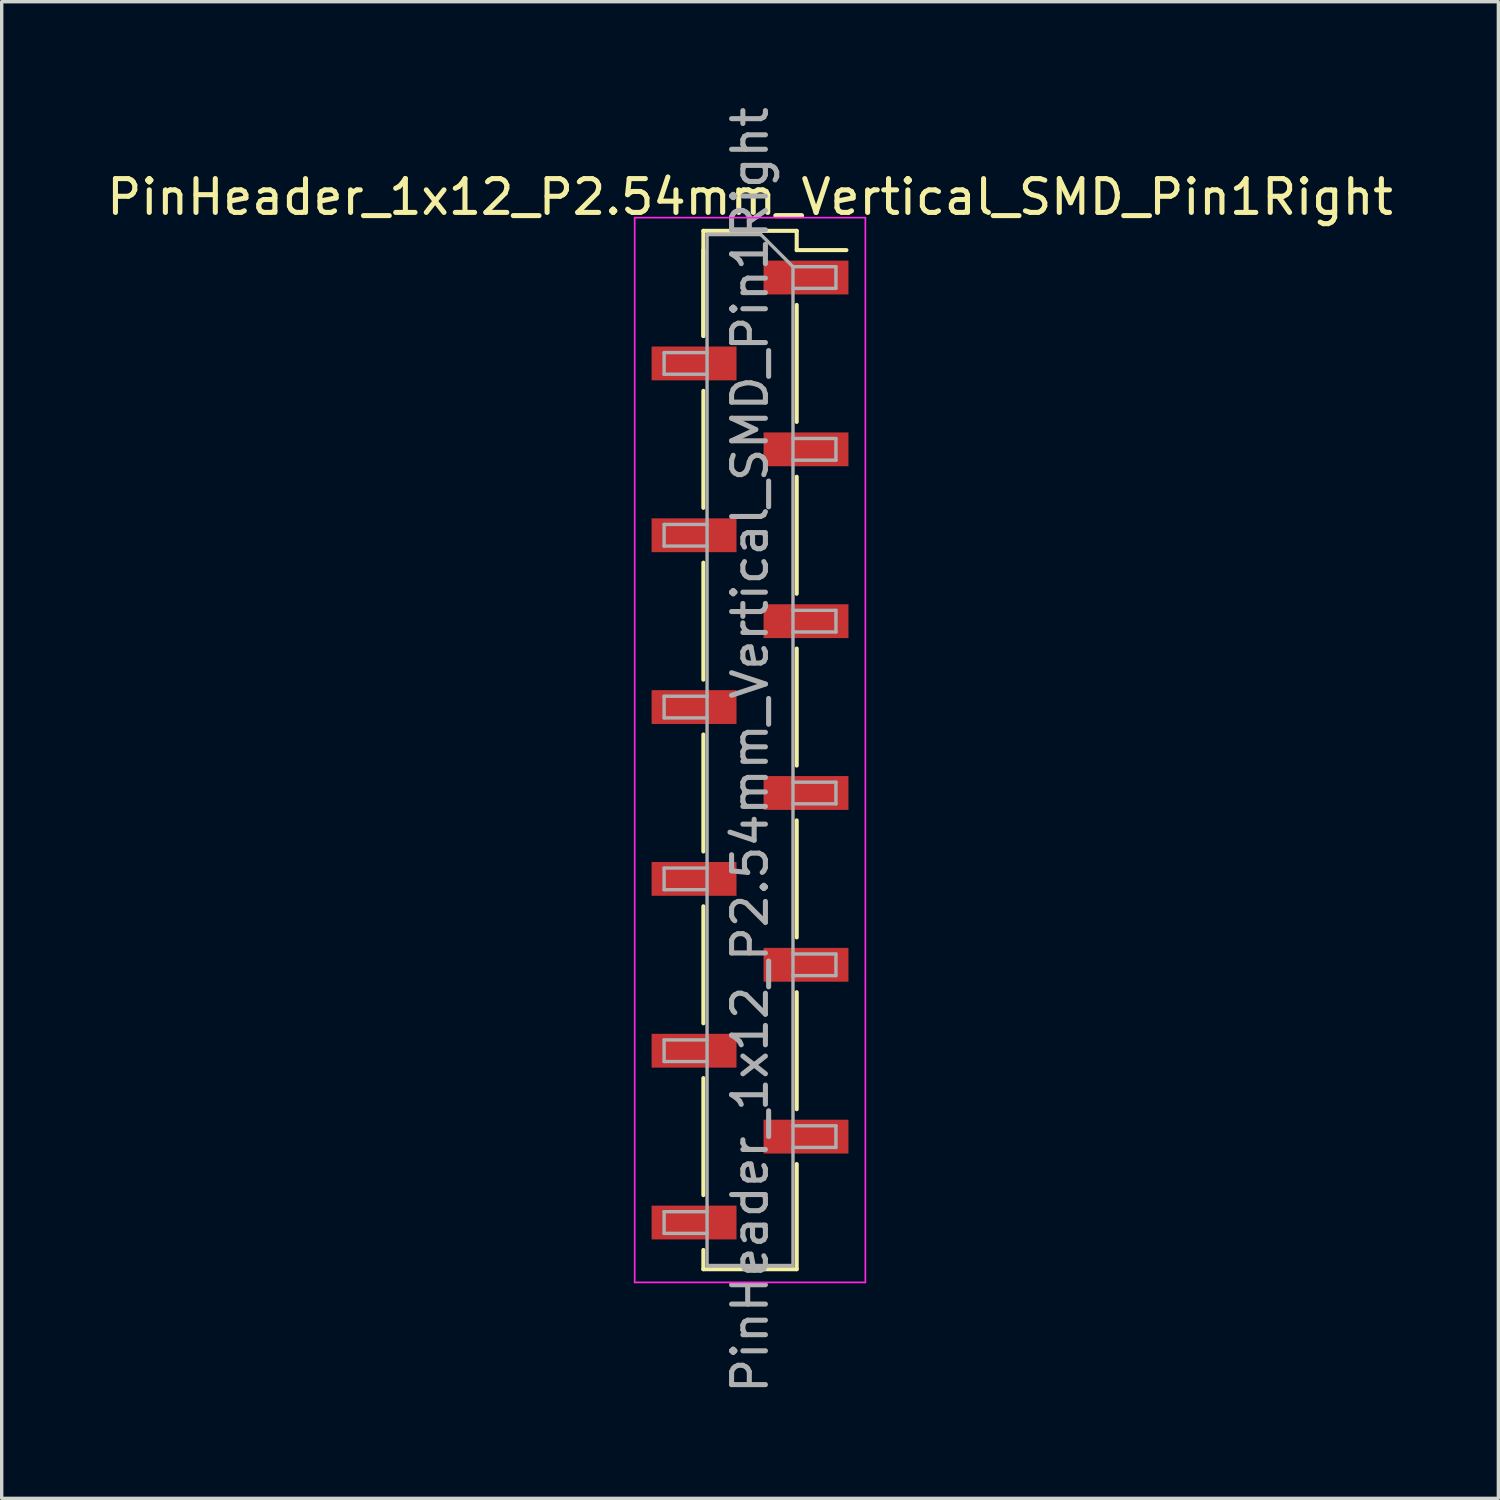
<source format=kicad_pcb>
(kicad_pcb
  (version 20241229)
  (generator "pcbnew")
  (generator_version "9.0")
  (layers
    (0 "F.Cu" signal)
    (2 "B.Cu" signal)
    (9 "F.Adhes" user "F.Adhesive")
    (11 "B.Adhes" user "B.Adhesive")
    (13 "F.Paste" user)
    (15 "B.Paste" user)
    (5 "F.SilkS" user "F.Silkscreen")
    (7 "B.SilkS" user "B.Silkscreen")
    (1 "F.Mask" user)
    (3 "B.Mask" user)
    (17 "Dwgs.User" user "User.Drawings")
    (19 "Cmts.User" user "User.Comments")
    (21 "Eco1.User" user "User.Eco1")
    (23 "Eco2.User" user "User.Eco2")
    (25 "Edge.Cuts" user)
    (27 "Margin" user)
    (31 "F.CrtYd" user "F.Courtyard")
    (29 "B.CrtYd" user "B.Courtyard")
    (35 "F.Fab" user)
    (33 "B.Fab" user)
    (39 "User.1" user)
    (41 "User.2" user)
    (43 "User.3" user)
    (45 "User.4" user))
  (footprint "PinHeader_1x12_P2.54mm_Vertical_SMD_Pin1Right"
    (layer "F.Cu")
    (at 19.125 19.125)
    (property "Reference" "PinHeader_1x12_P2.54mm_Vertical_SMD_Pin1Right" (at 0 -16.35 0) (layer "F.SilkS") (effects (font (size 1 1) (thickness 0.15))))
    (attr smd)
    (fp_line (start -1.38 -15.35) (end -1.38 -12.24) (stroke (width 0.12) (type solid)) (layer "F.SilkS"))
    (fp_line (start -1.38 -15.35) (end 1.38 -15.35) (stroke (width 0.12) (type solid)) (layer "F.SilkS"))
    (fp_line (start -1.38 -14.78) (end -1.38 -12.24) (stroke (width 0.12) (type solid)) (layer "F.SilkS"))
    (fp_line (start -1.38 -10.62) (end -1.38 -7.16) (stroke (width 0.12) (type solid)) (layer "F.SilkS"))
    (fp_line (start -1.38 -5.54) (end -1.38 -2.08) (stroke (width 0.12) (type solid)) (layer "F.SilkS"))
    (fp_line (start -1.38 -0.46) (end -1.38 3) (stroke (width 0.12) (type solid)) (layer "F.SilkS"))
    (fp_line (start -1.38 4.62) (end -1.38 8.08) (stroke (width 0.12) (type solid)) (layer "F.SilkS"))
    (fp_line (start -1.38 9.7) (end -1.38 13.16) (stroke (width 0.12) (type solid)) (layer "F.SilkS"))
    (fp_line (start -1.38 14.78) (end -1.38 15.35) (stroke (width 0.12) (type solid)) (layer "F.SilkS"))
    (fp_line (start -1.38 15.35) (end 1.38 15.35) (stroke (width 0.12) (type solid)) (layer "F.SilkS"))
    (fp_line (start 1.38 -15.35) (end 1.38 -14.78) (stroke (width 0.12) (type solid)) (layer "F.SilkS"))
    (fp_line (start 1.38 -14.78) (end 2.85 -14.78) (stroke (width 0.12) (type solid)) (layer "F.SilkS"))
    (fp_line (start 1.38 -13.16) (end 1.38 -9.7) (stroke (width 0.12) (type solid)) (layer "F.SilkS"))
    (fp_line (start 1.38 -8.08) (end 1.38 -4.62) (stroke (width 0.12) (type solid)) (layer "F.SilkS"))
    (fp_line (start 1.38 -3) (end 1.38 0.46) (stroke (width 0.12) (type solid)) (layer "F.SilkS"))
    (fp_line (start 1.38 2.08) (end 1.38 5.54) (stroke (width 0.12) (type solid)) (layer "F.SilkS"))
    (fp_line (start 1.38 7.16) (end 1.38 10.62) (stroke (width 0.12) (type solid)) (layer "F.SilkS"))
    (fp_line (start 1.38 12.24) (end 1.38 15.35) (stroke (width 0.12) (type solid)) (layer "F.SilkS"))
    (fp_line (start -3.41 -15.74) (end -3.41 15.74) (stroke (width 0.05) (type solid)) (layer "F.CrtYd"))
    (fp_line (start -3.41 15.74) (end 3.41 15.74) (stroke (width 0.05) (type solid)) (layer "F.CrtYd"))
    (fp_line (start 3.41 -15.74) (end -3.41 -15.74) (stroke (width 0.05) (type solid)) (layer "F.CrtYd"))
    (fp_line (start 3.41 15.74) (end 3.41 -15.74) (stroke (width 0.05) (type solid)) (layer "F.CrtYd"))
    (fp_line (start -2.54 -11.75) (end -2.54 -11.11) (stroke (width 0.1) (type solid)) (layer "F.Fab"))
    (fp_line (start -2.54 -11.11) (end -1.27 -11.11) (stroke (width 0.1) (type solid)) (layer "F.Fab"))
    (fp_line (start -2.54 -6.67) (end -2.54 -6.03) (stroke (width 0.1) (type solid)) (layer "F.Fab"))
    (fp_line (start -2.54 -6.03) (end -1.27 -6.03) (stroke (width 0.1) (type solid)) (layer "F.Fab"))
    (fp_line (start -2.54 -1.59) (end -2.54 -0.95) (stroke (width 0.1) (type solid)) (layer "F.Fab"))
    (fp_line (start -2.54 -0.95) (end -1.27 -0.95) (stroke (width 0.1) (type solid)) (layer "F.Fab"))
    (fp_line (start -2.54 3.49) (end -2.54 4.13) (stroke (width 0.1) (type solid)) (layer "F.Fab"))
    (fp_line (start -2.54 4.13) (end -1.27 4.13) (stroke (width 0.1) (type solid)) (layer "F.Fab"))
    (fp_line (start -2.54 8.57) (end -2.54 9.21) (stroke (width 0.1) (type solid)) (layer "F.Fab"))
    (fp_line (start -2.54 9.21) (end -1.27 9.21) (stroke (width 0.1) (type solid)) (layer "F.Fab"))
    (fp_line (start -2.54 13.65) (end -2.54 14.29) (stroke (width 0.1) (type solid)) (layer "F.Fab"))
    (fp_line (start -2.54 14.29) (end -1.27 14.29) (stroke (width 0.1) (type solid)) (layer "F.Fab"))
    (fp_line (start -1.27 -15.24) (end -1.27 15.24) (stroke (width 0.1) (type solid)) (layer "F.Fab"))
    (fp_line (start -1.27 -15.24) (end 0.32 -15.24) (stroke (width 0.1) (type solid)) (layer "F.Fab"))
    (fp_line (start -1.27 -11.75) (end -2.54 -11.75) (stroke (width 0.1) (type solid)) (layer "F.Fab"))
    (fp_line (start -1.27 -6.67) (end -2.54 -6.67) (stroke (width 0.1) (type solid)) (layer "F.Fab"))
    (fp_line (start -1.27 -1.59) (end -2.54 -1.59) (stroke (width 0.1) (type solid)) (layer "F.Fab"))
    (fp_line (start -1.27 3.49) (end -2.54 3.49) (stroke (width 0.1) (type solid)) (layer "F.Fab"))
    (fp_line (start -1.27 8.57) (end -2.54 8.57) (stroke (width 0.1) (type solid)) (layer "F.Fab"))
    (fp_line (start -1.27 13.65) (end -2.54 13.65) (stroke (width 0.1) (type solid)) (layer "F.Fab"))
    (fp_line (start 1.27 -14.29) (end 0.32 -15.24) (stroke (width 0.1) (type solid)) (layer "F.Fab"))
    (fp_line (start 1.27 -14.29) (end 2.54 -14.29) (stroke (width 0.1) (type solid)) (layer "F.Fab"))
    (fp_line (start 1.27 -9.21) (end 2.54 -9.21) (stroke (width 0.1) (type solid)) (layer "F.Fab"))
    (fp_line (start 1.27 -4.13) (end 2.54 -4.13) (stroke (width 0.1) (type solid)) (layer "F.Fab"))
    (fp_line (start 1.27 0.95) (end 2.54 0.95) (stroke (width 0.1) (type solid)) (layer "F.Fab"))
    (fp_line (start 1.27 6.03) (end 2.54 6.03) (stroke (width 0.1) (type solid)) (layer "F.Fab"))
    (fp_line (start 1.27 11.11) (end 2.54 11.11) (stroke (width 0.1) (type solid)) (layer "F.Fab"))
    (fp_line (start 1.27 15.24) (end -1.27 15.24) (stroke (width 0.1) (type solid)) (layer "F.Fab"))
    (fp_line (start 1.27 15.24) (end 1.27 -14.29) (stroke (width 0.1) (type solid)) (layer "F.Fab"))
    (fp_line (start 2.54 -14.29) (end 2.54 -13.65) (stroke (width 0.1) (type solid)) (layer "F.Fab"))
    (fp_line (start 2.54 -13.65) (end 1.27 -13.65) (stroke (width 0.1) (type solid)) (layer "F.Fab"))
    (fp_line (start 2.54 -9.21) (end 2.54 -8.57) (stroke (width 0.1) (type solid)) (layer "F.Fab"))
    (fp_line (start 2.54 -8.57) (end 1.27 -8.57) (stroke (width 0.1) (type solid)) (layer "F.Fab"))
    (fp_line (start 2.54 -4.13) (end 2.54 -3.49) (stroke (width 0.1) (type solid)) (layer "F.Fab"))
    (fp_line (start 2.54 -3.49) (end 1.27 -3.49) (stroke (width 0.1) (type solid)) (layer "F.Fab"))
    (fp_line (start 2.54 0.95) (end 2.54 1.59) (stroke (width 0.1) (type solid)) (layer "F.Fab"))
    (fp_line (start 2.54 1.59) (end 1.27 1.59) (stroke (width 0.1) (type solid)) (layer "F.Fab"))
    (fp_line (start 2.54 6.03) (end 2.54 6.67) (stroke (width 0.1) (type solid)) (layer "F.Fab"))
    (fp_line (start 2.54 6.67) (end 1.27 6.67) (stroke (width 0.1) (type solid)) (layer "F.Fab"))
    (fp_line (start 2.54 11.11) (end 2.54 11.75) (stroke (width 0.1) (type solid)) (layer "F.Fab"))
    (fp_line (start 2.54 11.75) (end 1.27 11.75) (stroke (width 0.1) (type solid)) (layer "F.Fab"))
    (fp_text user "${REFERENCE}" (at 0 0 90) (layer "F.Fab") (effects (font (size 1 1) (thickness 0.15))))
    (pad "1" smd rect (at 1.655 -13.97) (size 2.51 1) (layers "F.Cu" "F.Mask" "F.Paste"))
    (pad "2" smd rect (at -1.655 -11.43) (size 2.51 1) (layers "F.Cu" "F.Mask" "F.Paste"))
    (pad "3" smd rect (at 1.655 -8.89) (size 2.51 1) (layers "F.Cu" "F.Mask" "F.Paste"))
    (pad "4" smd rect (at -1.655 -6.35) (size 2.51 1) (layers "F.Cu" "F.Mask" "F.Paste"))
    (pad "5" smd rect (at 1.655 -3.81) (size 2.51 1) (layers "F.Cu" "F.Mask" "F.Paste"))
    (pad "6" smd rect (at -1.655 -1.27) (size 2.51 1) (layers "F.Cu" "F.Mask" "F.Paste"))
    (pad "7" smd rect (at 1.655 1.27) (size 2.51 1) (layers "F.Cu" "F.Mask" "F.Paste"))
    (pad "8" smd rect (at -1.655 3.81) (size 2.51 1) (layers "F.Cu" "F.Mask" "F.Paste"))
    (pad "9" smd rect (at 1.655 6.35) (size 2.51 1) (layers "F.Cu" "F.Mask" "F.Paste"))
    (pad "10" smd rect (at -1.655 8.89) (size 2.51 1) (layers "F.Cu" "F.Mask" "F.Paste"))
    (pad "11" smd rect (at 1.655 11.43) (size 2.51 1) (layers "F.Cu" "F.Mask" "F.Paste"))
    (pad "12" smd rect (at -1.655 13.97) (size 2.51 1) (layers "F.Cu" "F.Mask" "F.Paste")))
  (gr_rect
    (start -3 -3)
    (end 41.25 41.25)
    (stroke (width 0.1) (type default))
    (fill no)
    (layer "Edge.Cuts")))
</source>
